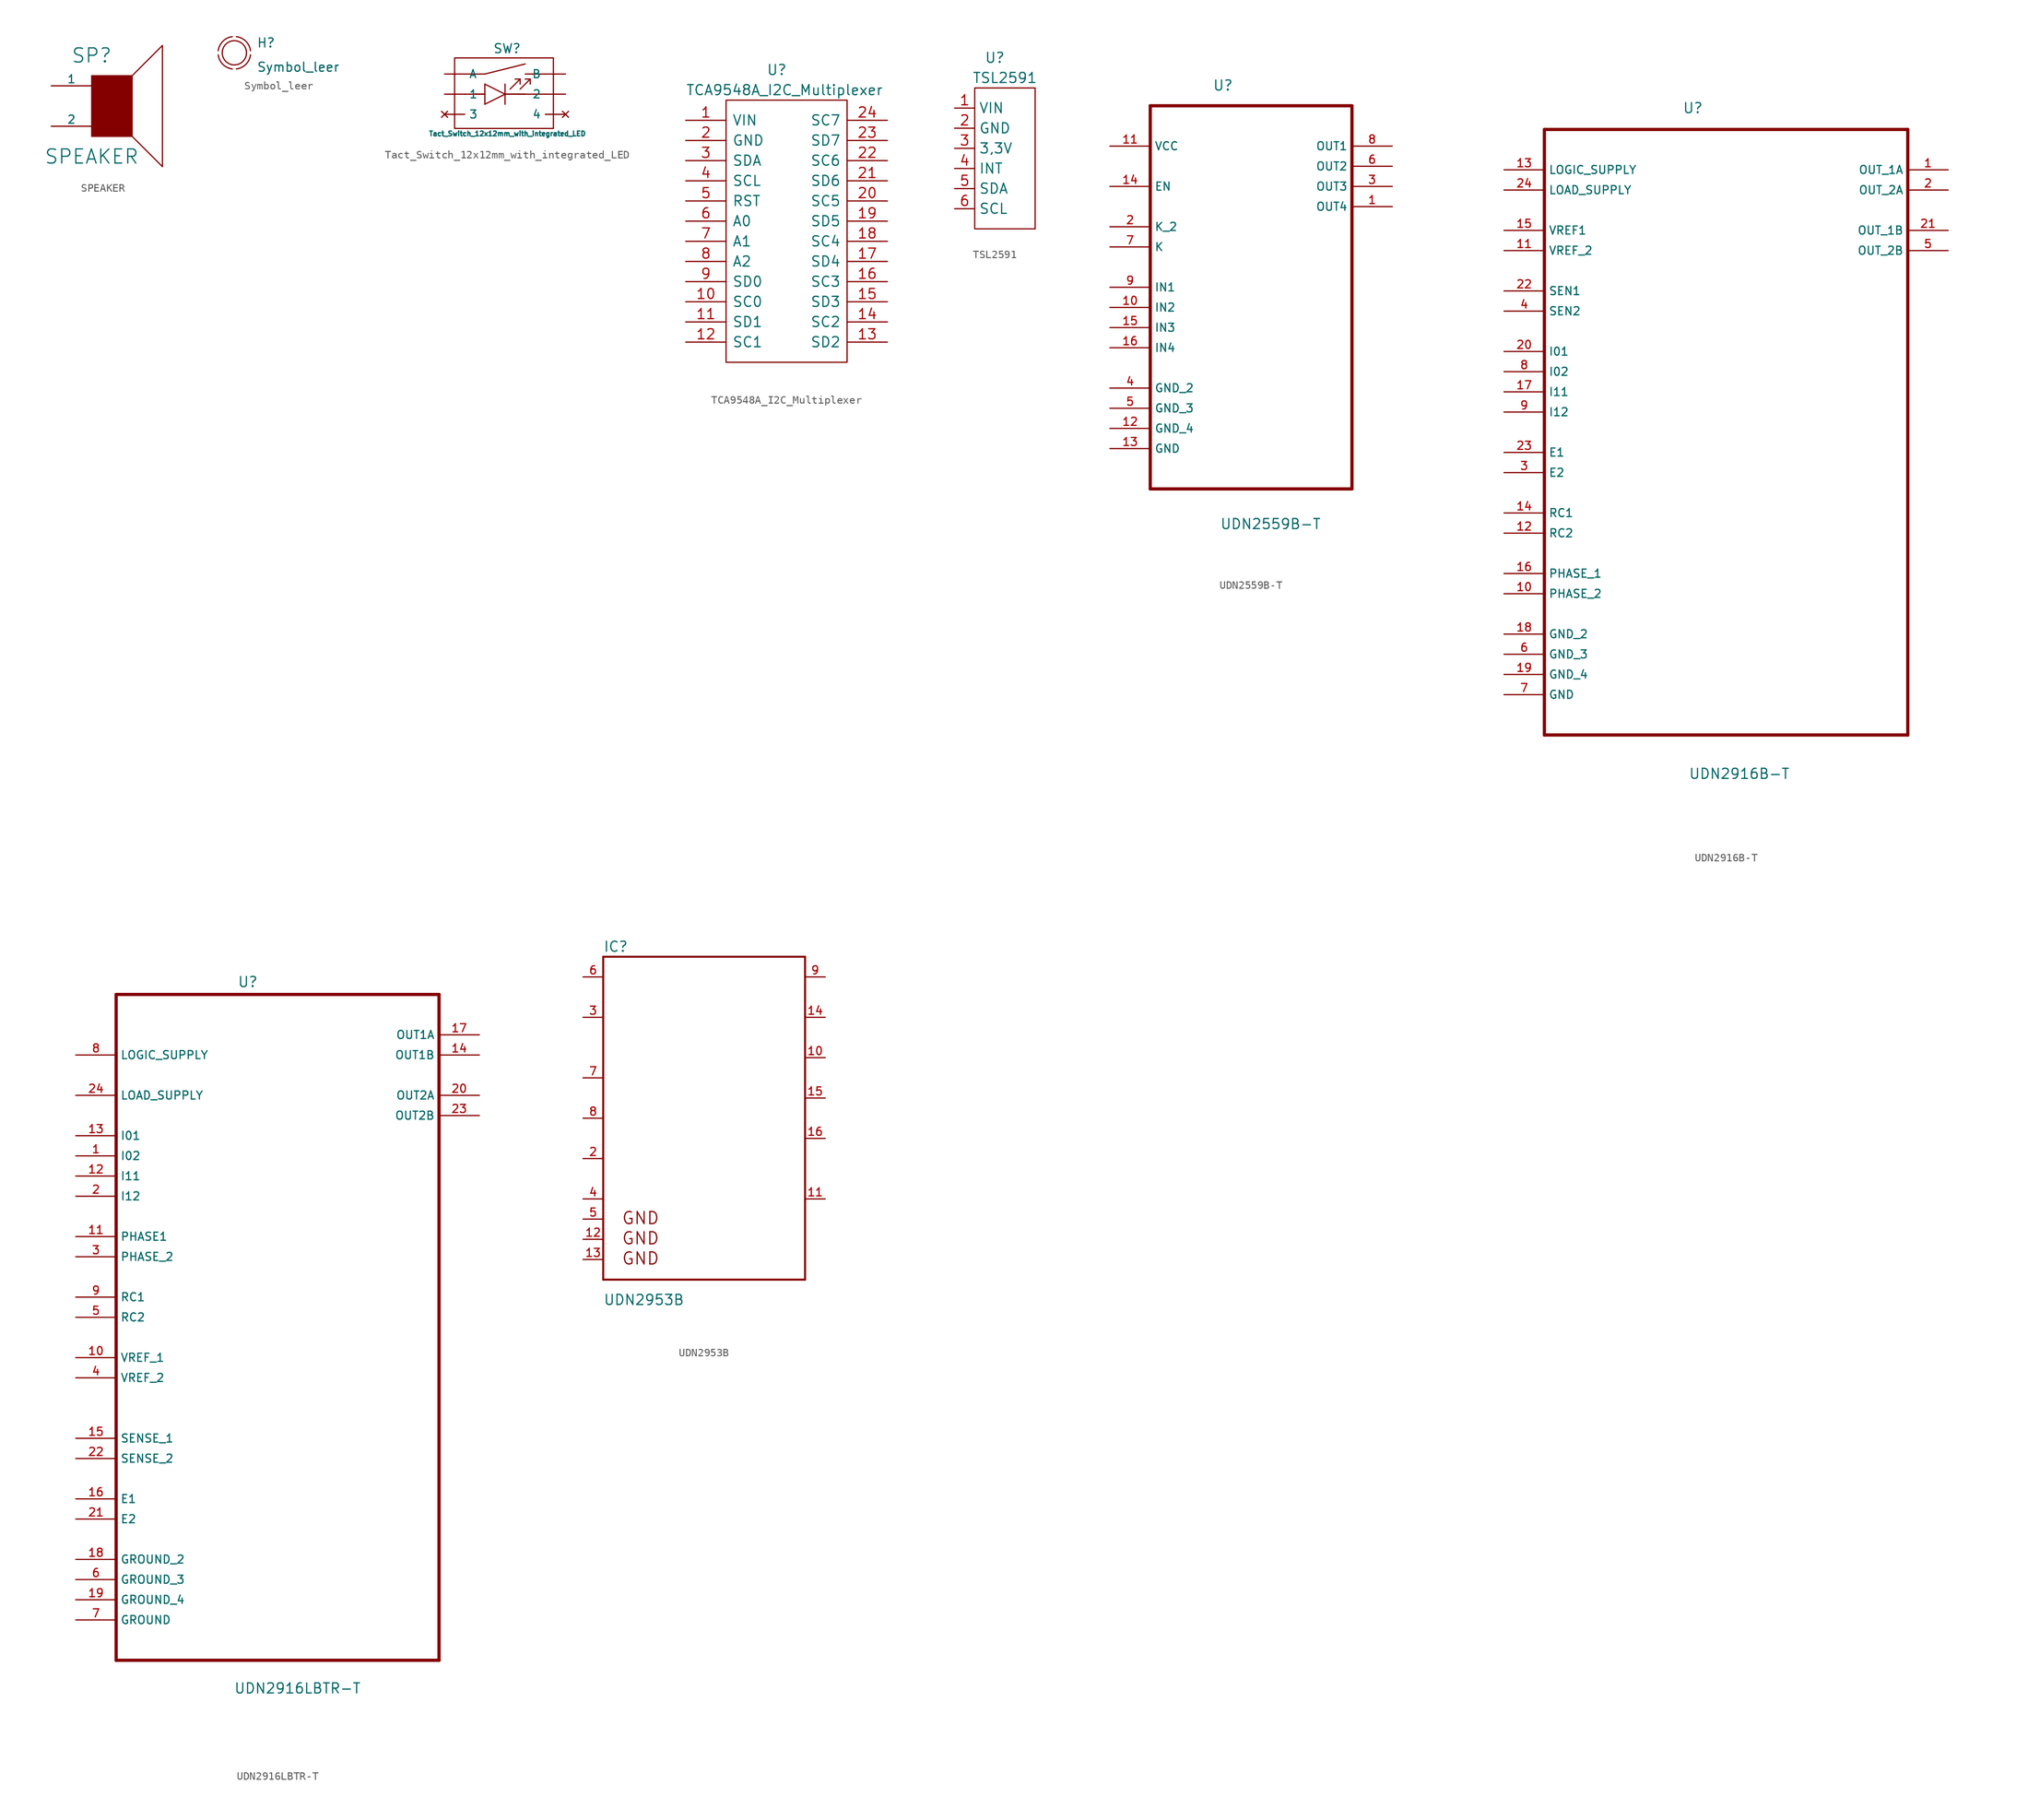
<source format=kicad_sym>
(kicad_symbol_lib
  (version 20201005)
  (generator kicad_symbol_editor)
  (symbol "Zimprich_neu:SPEAKER"
    (pin_numbers hide)
    (pin_names
      (offset 0))
    (property "Reference" "SP"
      (at -2.54 6.35 0)
      (effects (font (size 1.778 1.778))))
    (property "Value" "SPEAKER"
      (at -2.54 -6.35 0)
      (effects (font (size 1.778 1.778))))
    (property "Footprint" ""
      (at 0 0 0)
      (effects (font (size 1.524 1.524))))
    (property "Datasheet" ""
      (at 0 0 0)
      (effects (font (size 1.524 1.524))))
    (symbol "SPEAKER_0_0"
      (polyline (pts (xy 2.54 3.81) (xy 6.35 7.62) (xy 6.35 -7.62) (xy 2.54 -3.81)) (stroke (width 0)) (fill (type none)))
      (polyline (pts (xy -2.54 3.81) (xy 2.54 3.81) (xy 2.54 -3.81) (xy -2.54 -3.81) (xy -2.54 3.81)) (stroke (width 0)) (fill (type outline))))
    (symbol "SPEAKER_1_1"
      (pin input line (at -7.62 2.54 0) (length 5.08) (name "1" (effects (font (size 1.016 1.016)))) (number "1" (effects (font (size 1.016 1.016)))))
      (pin input line (at -7.62 -2.54 0) (length 5.08) (name "2" (effects (font (size 1.016 1.016)))) (number "2" (effects (font (size 1.016 1.016)))))))
  (symbol "Zimprich_neu:Symbol_leer"
    (pin_numbers hide)
    (pin_names hide)
    (property "Reference" "H"
      (at 2.794 0.584 0)
      (effects (font (size 1.143 1.143)) (justify left bottom)))
    (property "Value" "Symbol_leer"
      (at 2.794 -2.464 0)
      (effects (font (size 1.143 1.143)) (justify left bottom)))
    (property "ki_locked" ""
      (at 0 0 0)
      (effects (font (size 1.27 1.27))))
    (symbol "Symbol_leer_1_1"
      (arc (start 2.032 0.254) (end 0.254 2.032) (radius (at 0 0) (length 2.032) (angles 7.3 82.8)) (stroke (width 0)) (fill (type none)))
      (arc (start -0.254 2.032) (end -2.032 0.254) (radius (at 0 0) (length 2.032) (angles 97.3 172.8)) (stroke (width 0)) (fill (type none)))
      (arc (start -2.032 -0.254) (end -0.254 -2.032) (radius (at 0 0) (length 2.032) (angles -172.7 -97.2)) (stroke (width 0)) (fill (type none)))
      (arc (start 0.254 -2.032) (end 2.032 -0.254) (radius (at 0 0) (length 2.032) (angles -82.7 -7.2)) (stroke (width 0)) (fill (type none)))
      (circle (center 0 0) (radius 1.524) (stroke (width 0)) (fill (type none)))))
  (symbol "Zimprich_neu:Tact_Switch_12x12mm_with_integrated_LED"
    (pin_numbers hide)
    (property "Reference" "SW"
      (at -1.524 5.08 0)
      (effects (font (size 1.143 1.143)) (justify left bottom)))
    (property "Value" "Tact_Switch_12x12mm_with_integrated_LED"
      (at -9.652 -5.334 0)
      (effects (font (size 0.61 0.61)) (justify left bottom)))
    (symbol "Tact_Switch_12x12mm_with_integrated_LED_0_1"
      (rectangle (start -6.35 4.572) (end 6.096 -4.318) (stroke (width 0)) (fill (type none))))
    (symbol "Tact_Switch_12x12mm_with_integrated_LED_1_0"
      (polyline (pts (xy -5.08 0) (xy -2.54 0)) (stroke (width 0)) (fill (type none)))
      (polyline (pts (xy -5.08 2.54) (xy -2.54 2.54)) (stroke (width 0)) (fill (type none)))
      (polyline (pts (xy -3.81 0) (xy -2.54 0)) (stroke (width 0)) (fill (type none)))
      (polyline (pts (xy -2.54 0) (xy -2.54 -1.27)) (stroke (width 0)) (fill (type none)))
      (polyline (pts (xy -2.54 1.27) (xy -2.54 0)) (stroke (width 0)) (fill (type none)))
      (polyline (pts (xy -2.54 1.27) (xy 0 0)) (stroke (width 0)) (fill (type none)))
      (polyline (pts (xy -2.54 2.54) (xy 2.54 3.81)) (stroke (width 0)) (fill (type none)))
      (polyline (pts (xy 0 0) (xy -2.54 -1.27)) (stroke (width 0)) (fill (type none)))
      (polyline (pts (xy 0 0) (xy 0 -1.27)) (stroke (width 0)) (fill (type none)))
      (polyline (pts (xy 0 0) (xy 2.54 0)) (stroke (width 0)) (fill (type none)))
      (polyline (pts (xy 0 0) (xy 5.08 0)) (stroke (width 0)) (fill (type none)))
      (polyline (pts (xy 0 1.27) (xy 0 0)) (stroke (width 0)) (fill (type none)))
      (polyline (pts (xy 0.635 0.635) (xy 1.905 1.905)) (stroke (width 0)) (fill (type none)))
      (polyline (pts (xy 1.905 0.635) (xy 3.175 1.905)) (stroke (width 0)) (fill (type none)))
      (polyline (pts (xy 1.905 1.905) (xy 1.27 1.905)) (stroke (width 0)) (fill (type none)))
      (polyline (pts (xy 1.905 1.905) (xy 1.905 1.27)) (stroke (width 0)) (fill (type none)))
      (polyline (pts (xy 2.54 2.54) (xy 5.08 2.54)) (stroke (width 0)) (fill (type none)))
      (polyline (pts (xy 3.175 1.905) (xy 2.54 1.905)) (stroke (width 0)) (fill (type none)))
      (polyline (pts (xy 3.175 1.905) (xy 3.175 1.27)) (stroke (width 0)) (fill (type none))))
    (symbol "Tact_Switch_12x12mm_with_integrated_LED_1_1"
      (pin passive line (at -7.62 0 0) (length 2.54) (name "1" (effects (font (size 1.016 1.016)))) (number "1" (effects (font (size 1.016 1.016)))))
      (pin passive line (at 7.62 0 180) (length 2.54) (name "2" (effects (font (size 1.016 1.016)))) (number "2" (effects (font (size 1.016 1.016)))))
      (pin unconnected line (at -7.62 -2.54 0) (length 2.54) (name "3" (effects (font (size 1.016 1.016)))) (number "3" (effects (font (size 1.016 1.016)))))
      (pin unconnected line (at 7.62 -2.54 180) (length 2.54) (name "4" (effects (font (size 1.016 1.016)))) (number "4" (effects (font (size 1.016 1.016)))))
      (pin passive line (at -7.62 2.54 0) (length 2.54) (name "A" (effects (font (size 1.016 1.016)))) (number "A" (effects (font (size 1.016 1.016)))))
      (pin passive line (at 7.62 2.54 180) (length 2.54) (name "B" (effects (font (size 1.016 1.016)))) (number "B" (effects (font (size 1.016 1.016)))))))
  (symbol "Zimprich_neu:TCA9548A_I2C_Multiplexer"
    (pin_names
      (offset 0.762))
    (property "Reference" "U"
      (at -2.54 20.32 0)
      (effects (font (size 1.27 1.27)) (justify left)))
    (property "Value" "TCA9548A_I2C_Multiplexer"
      (at -12.7 17.78 0)
      (effects (font (size 1.27 1.27)) (justify left)))
    (symbol "TCA9548A_I2C_Multiplexer_0_1"
      (rectangle (start -7.62 16.51) (end 7.62 -16.51) (stroke (width 0)) (fill (type none))))
    (symbol "TCA9548A_I2C_Multiplexer_0_0"
      (pin bidirectional line (at -12.7 13.97 0) (length 5.08) (name "VIN" (effects (font (size 1.27 1.27)))) (number "1" (effects (font (size 1.27 1.27)))))
      (pin bidirectional line (at -12.7 -8.89 0) (length 5.08) (name "SC0" (effects (font (size 1.27 1.27)))) (number "10" (effects (font (size 1.27 1.27)))))
      (pin bidirectional line (at -12.7 -11.43 0) (length 5.08) (name "SD1" (effects (font (size 1.27 1.27)))) (number "11" (effects (font (size 1.27 1.27)))))
      (pin bidirectional line (at -12.7 -13.97 0) (length 5.08) (name "SC1" (effects (font (size 1.27 1.27)))) (number "12" (effects (font (size 1.27 1.27)))))
      (pin bidirectional line (at 12.7 -13.97 180) (length 5.08) (name "SD2" (effects (font (size 1.27 1.27)))) (number "13" (effects (font (size 1.27 1.27)))))
      (pin bidirectional line (at 12.7 -11.43 180) (length 5.08) (name "SC2" (effects (font (size 1.27 1.27)))) (number "14" (effects (font (size 1.27 1.27)))))
      (pin bidirectional line (at 12.7 -8.89 180) (length 5.08) (name "SD3" (effects (font (size 1.27 1.27)))) (number "15" (effects (font (size 1.27 1.27)))))
      (pin bidirectional line (at 12.7 -6.35 180) (length 5.08) (name "SC3" (effects (font (size 1.27 1.27)))) (number "16" (effects (font (size 1.27 1.27)))))
      (pin bidirectional line (at 12.7 -3.81 180) (length 5.08) (name "SD4" (effects (font (size 1.27 1.27)))) (number "17" (effects (font (size 1.27 1.27)))))
      (pin bidirectional line (at 12.7 -1.27 180) (length 5.08) (name "SC4" (effects (font (size 1.27 1.27)))) (number "18" (effects (font (size 1.27 1.27)))))
      (pin bidirectional line (at 12.7 1.27 180) (length 5.08) (name "SD5" (effects (font (size 1.27 1.27)))) (number "19" (effects (font (size 1.27 1.27)))))
      (pin bidirectional line (at -12.7 11.43 0) (length 5.08) (name "GND" (effects (font (size 1.27 1.27)))) (number "2" (effects (font (size 1.27 1.27)))))
      (pin bidirectional line (at 12.7 3.81 180) (length 5.08) (name "SC5" (effects (font (size 1.27 1.27)))) (number "20" (effects (font (size 1.27 1.27)))))
      (pin bidirectional line (at 12.7 6.35 180) (length 5.08) (name "SD6" (effects (font (size 1.27 1.27)))) (number "21" (effects (font (size 1.27 1.27)))))
      (pin bidirectional line (at 12.7 8.89 180) (length 5.08) (name "SC6" (effects (font (size 1.27 1.27)))) (number "22" (effects (font (size 1.27 1.27)))))
      (pin bidirectional line (at 12.7 11.43 180) (length 5.08) (name "SD7" (effects (font (size 1.27 1.27)))) (number "23" (effects (font (size 1.27 1.27)))))
      (pin bidirectional line (at 12.7 13.97 180) (length 5.08) (name "SC7" (effects (font (size 1.27 1.27)))) (number "24" (effects (font (size 1.27 1.27)))))
      (pin bidirectional line (at -12.7 8.89 0) (length 5.08) (name "SDA" (effects (font (size 1.27 1.27)))) (number "3" (effects (font (size 1.27 1.27)))))
      (pin bidirectional line (at -12.7 6.35 0) (length 5.08) (name "SCL" (effects (font (size 1.27 1.27)))) (number "4" (effects (font (size 1.27 1.27)))))
      (pin bidirectional line (at -12.7 3.81 0) (length 5.08) (name "RST" (effects (font (size 1.27 1.27)))) (number "5" (effects (font (size 1.27 1.27)))))
      (pin bidirectional line (at -12.7 1.27 0) (length 5.08) (name "A0" (effects (font (size 1.27 1.27)))) (number "6" (effects (font (size 1.27 1.27)))))
      (pin bidirectional line (at -12.7 -1.27 0) (length 5.08) (name "A1" (effects (font (size 1.27 1.27)))) (number "7" (effects (font (size 1.27 1.27)))))
      (pin bidirectional line (at -12.7 -3.81 0) (length 5.08) (name "A2" (effects (font (size 1.27 1.27)))) (number "8" (effects (font (size 1.27 1.27)))))
      (pin bidirectional line (at -12.7 -6.35 0) (length 5.08) (name "SD0" (effects (font (size 1.27 1.27)))) (number "9" (effects (font (size 1.27 1.27)))))))
  (symbol "Zimprich_neu:TSL2591"
    (property "Reference" "U"
      (at -1.27 12.7 0)
      (effects (font (size 1.27 1.27))))
    (property "Value" "TSL2591"
      (at 0 10.16 0)
      (effects (font (size 1.27 1.27))))
    (symbol "TSL2591_0_1"
      (rectangle (start -3.81 8.89) (end 3.81 -8.89) (stroke (width 0)) (fill (type none))))
    (symbol "TSL2591_1_1"
      (pin input line (at -6.35 6.35 0) (length 2.54) (name "VIN" (effects (font (size 1.27 1.27)))) (number "1" (effects (font (size 1.27 1.27)))))
      (pin input line (at -6.35 3.81 0) (length 2.54) (name "GND" (effects (font (size 1.27 1.27)))) (number "2" (effects (font (size 1.27 1.27)))))
      (pin input line (at -6.35 1.27 0) (length 2.54) (name "3,3V" (effects (font (size 1.27 1.27)))) (number "3" (effects (font (size 1.27 1.27)))))
      (pin input line (at -6.35 -1.27 0) (length 2.54) (name "INT" (effects (font (size 1.27 1.27)))) (number "4" (effects (font (size 1.27 1.27)))))
      (pin input line (at -6.35 -3.81 0) (length 2.54) (name "SDA" (effects (font (size 1.27 1.27)))) (number "5" (effects (font (size 1.27 1.27)))))
      (pin input line (at -6.35 -6.35 0) (length 2.54) (name "SCL" (effects (font (size 1.27 1.27)))) (number "6" (effects (font (size 1.27 1.27)))))))
  (symbol "Zimprich_neu:UDN2559B-T"
    (property "Reference" "U"
      (at -4.851 22.885 0)
      (effects (font (size 1.27 1.27)) (justify left)))
    (property "Value" "UDN2559B-T"
      (at -3.937 -32.36 0)
      (effects (font (size 1.27 1.27)) (justify left)))
    (property "ki_locked" ""
      (at 0 0 0)
      (effects (font (size 1.27 1.27))))
    (symbol "UDN2559B-T_0_0"
      (polyline (pts (xy -12.7 -27.94) (xy 12.7 -27.94)) (stroke (width 0.406)) (fill (type none)))
      (polyline (pts (xy -12.7 20.32) (xy -12.7 -27.94)) (stroke (width 0.406)) (fill (type none)))
      (polyline (pts (xy 12.7 -27.94) (xy 12.7 20.32)) (stroke (width 0.406)) (fill (type none)))
      (polyline (pts (xy 12.7 20.32) (xy -12.7 20.32)) (stroke (width 0.406)) (fill (type none)))
      (pin output line (at 17.78 7.62 180) (length 5.08) (name "OUT4" (effects (font (size 1.016 1.016)))) (number "1" (effects (font (size 1.016 1.016)))))
      (pin input line (at -17.78 -5.08 0) (length 5.08) (name "IN2" (effects (font (size 1.016 1.016)))) (number "10" (effects (font (size 1.016 1.016)))))
      (pin input line (at -17.78 15.24 0) (length 5.08) (name "VCC" (effects (font (size 1.016 1.016)))) (number "11" (effects (font (size 1.016 1.016)))))
      (pin passive line (at -17.78 -20.32 0) (length 5.08) (name "GND_4" (effects (font (size 1.016 1.016)))) (number "12" (effects (font (size 1.016 1.016)))))
      (pin passive line (at -17.78 -22.86 0) (length 5.08) (name "GND" (effects (font (size 1.016 1.016)))) (number "13" (effects (font (size 1.016 1.016)))))
      (pin input line (at -17.78 10.16 0) (length 5.08) (name "EN" (effects (font (size 1.016 1.016)))) (number "14" (effects (font (size 1.016 1.016)))))
      (pin input line (at -17.78 -7.62 0) (length 5.08) (name "IN3" (effects (font (size 1.016 1.016)))) (number "15" (effects (font (size 1.016 1.016)))))
      (pin input line (at -17.78 -10.16 0) (length 5.08) (name "IN4" (effects (font (size 1.016 1.016)))) (number "16" (effects (font (size 1.016 1.016)))))
      (pin passive line (at -17.78 5.08 0) (length 5.08) (name "K_2" (effects (font (size 1.016 1.016)))) (number "2" (effects (font (size 1.016 1.016)))))
      (pin output line (at 17.78 10.16 180) (length 5.08) (name "OUT3" (effects (font (size 1.016 1.016)))) (number "3" (effects (font (size 1.016 1.016)))))
      (pin passive line (at -17.78 -15.24 0) (length 5.08) (name "GND_2" (effects (font (size 1.016 1.016)))) (number "4" (effects (font (size 1.016 1.016)))))
      (pin passive line (at -17.78 -17.78 0) (length 5.08) (name "GND_3" (effects (font (size 1.016 1.016)))) (number "5" (effects (font (size 1.016 1.016)))))
      (pin output line (at 17.78 12.7 180) (length 5.08) (name "OUT2" (effects (font (size 1.016 1.016)))) (number "6" (effects (font (size 1.016 1.016)))))
      (pin passive line (at -17.78 2.54 0) (length 5.08) (name "K" (effects (font (size 1.016 1.016)))) (number "7" (effects (font (size 1.016 1.016)))))
      (pin output line (at 17.78 15.24 180) (length 5.08) (name "OUT1" (effects (font (size 1.016 1.016)))) (number "8" (effects (font (size 1.016 1.016)))))
      (pin input line (at -17.78 -2.54 0) (length 5.08) (name "IN1" (effects (font (size 1.016 1.016)))) (number "9" (effects (font (size 1.016 1.016)))))))
  (symbol "Zimprich_neu:UDN2916B-T"
    (property "Reference" "U"
      (at -5.486 38.252 0)
      (effects (font (size 1.27 1.27)) (justify left)))
    (property "Value" "UDN2916B-T"
      (at -4.724 -45.517 0)
      (effects (font (size 1.27 1.27)) (justify left)))
    (property "ki_locked" ""
      (at 0 0 0)
      (effects (font (size 1.27 1.27))))
    (symbol "UDN2916B-T_0_0"
      (polyline (pts (xy -22.86 -40.64) (xy 22.86 -40.64)) (stroke (width 0.406)) (fill (type none)))
      (polyline (pts (xy -22.86 35.56) (xy -22.86 -40.64)) (stroke (width 0.406)) (fill (type none)))
      (polyline (pts (xy 22.86 -40.64) (xy 22.86 35.56)) (stroke (width 0.406)) (fill (type none)))
      (polyline (pts (xy 22.86 35.56) (xy -22.86 35.56)) (stroke (width 0.406)) (fill (type none)))
      (pin output line (at 27.94 30.48 180) (length 5.08) (name "OUT_1A" (effects (font (size 1.016 1.016)))) (number "1" (effects (font (size 1.016 1.016)))))
      (pin input line (at -27.94 -22.86 0) (length 5.08) (name "PHASE_2" (effects (font (size 1.016 1.016)))) (number "10" (effects (font (size 1.016 1.016)))))
      (pin input line (at -27.94 20.32 0) (length 5.08) (name "VREF_2" (effects (font (size 1.016 1.016)))) (number "11" (effects (font (size 1.016 1.016)))))
      (pin input line (at -27.94 -15.24 0) (length 5.08) (name "RC2" (effects (font (size 1.016 1.016)))) (number "12" (effects (font (size 1.016 1.016)))))
      (pin input line (at -27.94 30.48 0) (length 5.08) (name "LOGIC_SUPPLY" (effects (font (size 1.016 1.016)))) (number "13" (effects (font (size 1.016 1.016)))))
      (pin input line (at -27.94 -12.7 0) (length 5.08) (name "RC1" (effects (font (size 1.016 1.016)))) (number "14" (effects (font (size 1.016 1.016)))))
      (pin input line (at -27.94 22.86 0) (length 5.08) (name "VREF1" (effects (font (size 1.016 1.016)))) (number "15" (effects (font (size 1.016 1.016)))))
      (pin input line (at -27.94 -20.32 0) (length 5.08) (name "PHASE_1" (effects (font (size 1.016 1.016)))) (number "16" (effects (font (size 1.016 1.016)))))
      (pin input line (at -27.94 2.54 0) (length 5.08) (name "I11" (effects (font (size 1.016 1.016)))) (number "17" (effects (font (size 1.016 1.016)))))
      (pin passive line (at -27.94 -27.94 0) (length 5.08) (name "GND_2" (effects (font (size 1.016 1.016)))) (number "18" (effects (font (size 1.016 1.016)))))
      (pin passive line (at -27.94 -33.02 0) (length 5.08) (name "GND_4" (effects (font (size 1.016 1.016)))) (number "19" (effects (font (size 1.016 1.016)))))
      (pin output line (at 27.94 27.94 180) (length 5.08) (name "OUT_2A" (effects (font (size 1.016 1.016)))) (number "2" (effects (font (size 1.016 1.016)))))
      (pin input line (at -27.94 7.62 0) (length 5.08) (name "I01" (effects (font (size 1.016 1.016)))) (number "20" (effects (font (size 1.016 1.016)))))
      (pin output line (at 27.94 22.86 180) (length 5.08) (name "OUT_1B" (effects (font (size 1.016 1.016)))) (number "21" (effects (font (size 1.016 1.016)))))
      (pin input line (at -27.94 15.24 0) (length 5.08) (name "SEN1" (effects (font (size 1.016 1.016)))) (number "22" (effects (font (size 1.016 1.016)))))
      (pin input line (at -27.94 -5.08 0) (length 5.08) (name "E1" (effects (font (size 1.016 1.016)))) (number "23" (effects (font (size 1.016 1.016)))))
      (pin input line (at -27.94 27.94 0) (length 5.08) (name "LOAD_SUPPLY" (effects (font (size 1.016 1.016)))) (number "24" (effects (font (size 1.016 1.016)))))
      (pin input line (at -27.94 -7.62 0) (length 5.08) (name "E2" (effects (font (size 1.016 1.016)))) (number "3" (effects (font (size 1.016 1.016)))))
      (pin input line (at -27.94 12.7 0) (length 5.08) (name "SEN2" (effects (font (size 1.016 1.016)))) (number "4" (effects (font (size 1.016 1.016)))))
      (pin output line (at 27.94 20.32 180) (length 5.08) (name "OUT_2B" (effects (font (size 1.016 1.016)))) (number "5" (effects (font (size 1.016 1.016)))))
      (pin passive line (at -27.94 -30.48 0) (length 5.08) (name "GND_3" (effects (font (size 1.016 1.016)))) (number "6" (effects (font (size 1.016 1.016)))))
      (pin passive line (at -27.94 -35.56 0) (length 5.08) (name "GND" (effects (font (size 1.016 1.016)))) (number "7" (effects (font (size 1.016 1.016)))))
      (pin input line (at -27.94 5.08 0) (length 5.08) (name "I02" (effects (font (size 1.016 1.016)))) (number "8" (effects (font (size 1.016 1.016)))))
      (pin input line (at -27.94 0 0) (length 5.08) (name "I12" (effects (font (size 1.016 1.016)))) (number "9" (effects (font (size 1.016 1.016)))))))
  (symbol "Zimprich_neu:UDN2916LBTR-T"
    (property "Reference" "U"
      (at -5.055 39.675 0)
      (effects (font (size 1.27 1.27)) (justify left)))
    (property "Value" "UDN2916LBTR-T"
      (at -5.512 -49.251 0)
      (effects (font (size 1.27 1.27)) (justify left)))
    (property "ki_locked" ""
      (at 0 0 0)
      (effects (font (size 1.27 1.27))))
    (symbol "UDN2916LBTR-T_0_0"
      (polyline (pts (xy -20.32 -45.72) (xy 20.32 -45.72)) (stroke (width 0.406)) (fill (type none)))
      (polyline (pts (xy -20.32 38.1) (xy -20.32 -45.72)) (stroke (width 0.406)) (fill (type none)))
      (polyline (pts (xy 20.32 -45.72) (xy 20.32 38.1)) (stroke (width 0.406)) (fill (type none)))
      (polyline (pts (xy 20.32 38.1) (xy -20.32 38.1)) (stroke (width 0.406)) (fill (type none)))
      (pin input line (at -25.4 17.78 0) (length 5.08) (name "I02" (effects (font (size 1.016 1.016)))) (number "1" (effects (font (size 1.016 1.016)))))
      (pin input line (at -25.4 -7.62 0) (length 5.08) (name "VREF_1" (effects (font (size 1.016 1.016)))) (number "10" (effects (font (size 1.016 1.016)))))
      (pin input line (at -25.4 7.62 0) (length 5.08) (name "PHASE1" (effects (font (size 1.016 1.016)))) (number "11" (effects (font (size 1.016 1.016)))))
      (pin input line (at -25.4 15.24 0) (length 5.08) (name "I11" (effects (font (size 1.016 1.016)))) (number "12" (effects (font (size 1.016 1.016)))))
      (pin passive line (at -25.4 20.32 0) (length 5.08) (name "I01" (effects (font (size 1.016 1.016)))) (number "13" (effects (font (size 1.016 1.016)))))
      (pin output line (at 25.4 30.48 180) (length 5.08) (name "OUT1B" (effects (font (size 1.016 1.016)))) (number "14" (effects (font (size 1.016 1.016)))))
      (pin input line (at -25.4 -17.78 0) (length 5.08) (name "SENSE_1" (effects (font (size 1.016 1.016)))) (number "15" (effects (font (size 1.016 1.016)))))
      (pin input line (at -25.4 -25.4 0) (length 5.08) (name "E1" (effects (font (size 1.016 1.016)))) (number "16" (effects (font (size 1.016 1.016)))))
      (pin output line (at 25.4 33.02 180) (length 5.08) (name "OUT1A" (effects (font (size 1.016 1.016)))) (number "17" (effects (font (size 1.016 1.016)))))
      (pin passive line (at -25.4 -33.02 0) (length 5.08) (name "GROUND_2" (effects (font (size 1.016 1.016)))) (number "18" (effects (font (size 1.016 1.016)))))
      (pin passive line (at -25.4 -38.1 0) (length 5.08) (name "GROUND_4" (effects (font (size 1.016 1.016)))) (number "19" (effects (font (size 1.016 1.016)))))
      (pin input line (at -25.4 12.7 0) (length 5.08) (name "I12" (effects (font (size 1.016 1.016)))) (number "2" (effects (font (size 1.016 1.016)))))
      (pin output line (at 25.4 25.4 180) (length 5.08) (name "OUT2A" (effects (font (size 1.016 1.016)))) (number "20" (effects (font (size 1.016 1.016)))))
      (pin input line (at -25.4 -27.94 0) (length 5.08) (name "E2" (effects (font (size 1.016 1.016)))) (number "21" (effects (font (size 1.016 1.016)))))
      (pin input line (at -25.4 -20.32 0) (length 5.08) (name "SENSE_2" (effects (font (size 1.016 1.016)))) (number "22" (effects (font (size 1.016 1.016)))))
      (pin output line (at 25.4 22.86 180) (length 5.08) (name "OUT2B" (effects (font (size 1.016 1.016)))) (number "23" (effects (font (size 1.016 1.016)))))
      (pin input line (at -25.4 25.4 0) (length 5.08) (name "LOAD_SUPPLY" (effects (font (size 1.016 1.016)))) (number "24" (effects (font (size 1.016 1.016)))))
      (pin input line (at -25.4 5.08 0) (length 5.08) (name "PHASE_2" (effects (font (size 1.016 1.016)))) (number "3" (effects (font (size 1.016 1.016)))))
      (pin input line (at -25.4 -10.16 0) (length 5.08) (name "VREF_2" (effects (font (size 1.016 1.016)))) (number "4" (effects (font (size 1.016 1.016)))))
      (pin input line (at -25.4 -2.54 0) (length 5.08) (name "RC2" (effects (font (size 1.016 1.016)))) (number "5" (effects (font (size 1.016 1.016)))))
      (pin passive line (at -25.4 -35.56 0) (length 5.08) (name "GROUND_3" (effects (font (size 1.016 1.016)))) (number "6" (effects (font (size 1.016 1.016)))))
      (pin passive line (at -25.4 -40.64 0) (length 5.08) (name "GROUND" (effects (font (size 1.016 1.016)))) (number "7" (effects (font (size 1.016 1.016)))))
      (pin input line (at -25.4 30.48 0) (length 5.08) (name "LOGIC_SUPPLY" (effects (font (size 1.016 1.016)))) (number "8" (effects (font (size 1.016 1.016)))))
      (pin input line (at -25.4 0 0) (length 5.08) (name "RC1" (effects (font (size 1.016 1.016)))) (number "9" (effects (font (size 1.016 1.016)))))))
  (symbol "Zimprich_neu:UDN2953B"
    (pin_names hide)
    (property "Reference" "IC"
      (at -12.7 16.51 0)
      (effects (font (size 1.27 1.27)) (justify left)))
    (property "Value" "UDN2953B"
      (at -12.7 -27.94 0)
      (effects (font (size 1.27 1.27)) (justify left)))
    (property "ki_locked" ""
      (at 0 0 0)
      (effects (font (size 1.27 1.27))))
    (symbol "UDN2953B_0_0"
      (text "GND" (at -10.414 -23.622 0) (effects (font (size 1.524 1.524)) (justify left bottom)))
      (text "GND" (at -10.414 -21.082 0) (effects (font (size 1.524 1.524)) (justify left bottom)))
      (text "GND" (at -10.414 -18.542 0) (effects (font (size 1.524 1.524)) (justify left bottom)))
      (polyline (pts (xy -12.7 -25.4) (xy -12.7 15.24)) (stroke (width 0.254)) (fill (type none)))
      (polyline (pts (xy -12.7 15.24) (xy 12.7 15.24)) (stroke (width 0.254)) (fill (type none)))
      (polyline (pts (xy 12.7 -25.4) (xy -12.7 -25.4)) (stroke (width 0.254)) (fill (type none)))
      (polyline (pts (xy 12.7 15.24) (xy 12.7 -25.4)) (stroke (width 0.254)) (fill (type none)))
      (pin output line (at 15.24 2.54 180) (length 2.54) (name "OUTA" (effects (font (size 1.016 1.016)))) (number "10" (effects (font (size 1.016 1.016)))))
      (pin input line (at 15.24 -15.24 180) (length 2.54) (name "SENSE" (effects (font (size 1.016 1.016)))) (number "11" (effects (font (size 1.016 1.016)))))
      (pin input line (at -15.24 -20.32 0) (length 2.54) (name "GND@2" (effects (font (size 1.016 1.016)))) (number "12" (effects (font (size 1.016 1.016)))))
      (pin input line (at -15.24 -22.86 0) (length 2.54) (name "GND@3" (effects (font (size 1.016 1.016)))) (number "13" (effects (font (size 1.016 1.016)))))
      (pin input line (at 15.24 7.62 180) (length 2.54) (name "A" (effects (font (size 1.016 1.016)))) (number "14" (effects (font (size 1.016 1.016)))))
      (pin output line (at 15.24 -2.54 180) (length 2.54) (name "OUTB" (effects (font (size 1.016 1.016)))) (number "15" (effects (font (size 1.016 1.016)))))
      (pin input line (at 15.24 -7.62 180) (length 2.54) (name "K" (effects (font (size 1.016 1.016)))) (number "16" (effects (font (size 1.016 1.016)))))
      (pin input line (at -15.24 -10.16 0) (length 2.54) (name "VREF/!BREAK" (effects (font (size 1.016 1.016)))) (number "2" (effects (font (size 1.016 1.016)))))
      (pin input line (at -15.24 7.62 0) (length 2.54) (name "RC" (effects (font (size 1.016 1.016)))) (number "3" (effects (font (size 1.016 1.016)))))
      (pin input line (at -15.24 -15.24 0) (length 2.54) (name "GND" (effects (font (size 1.016 1.016)))) (number "4" (effects (font (size 1.016 1.016)))))
      (pin input line (at -15.24 -17.78 0) (length 2.54) (name "GND@1" (effects (font (size 1.016 1.016)))) (number "5" (effects (font (size 1.016 1.016)))))
      (pin input line (at -15.24 12.7 0) (length 2.54) (name "VCC" (effects (font (size 1.016 1.016)))) (number "6" (effects (font (size 1.016 1.016)))))
      (pin input line (at -15.24 0 0) (length 2.54) (name "PHASE" (effects (font (size 1.016 1.016)))) (number "7" (effects (font (size 1.016 1.016)))))
      (pin input line (at -15.24 -5.08 0) (length 2.54) (name "!OE" (effects (font (size 1.016 1.016)))) (number "8" (effects (font (size 1.016 1.016)))))
      (pin input line (at 15.24 12.7 180) (length 2.54) (name "VBB" (effects (font (size 1.016 1.016)))) (number "9" (effects (font (size 1.016 1.016))))))))
</source>
